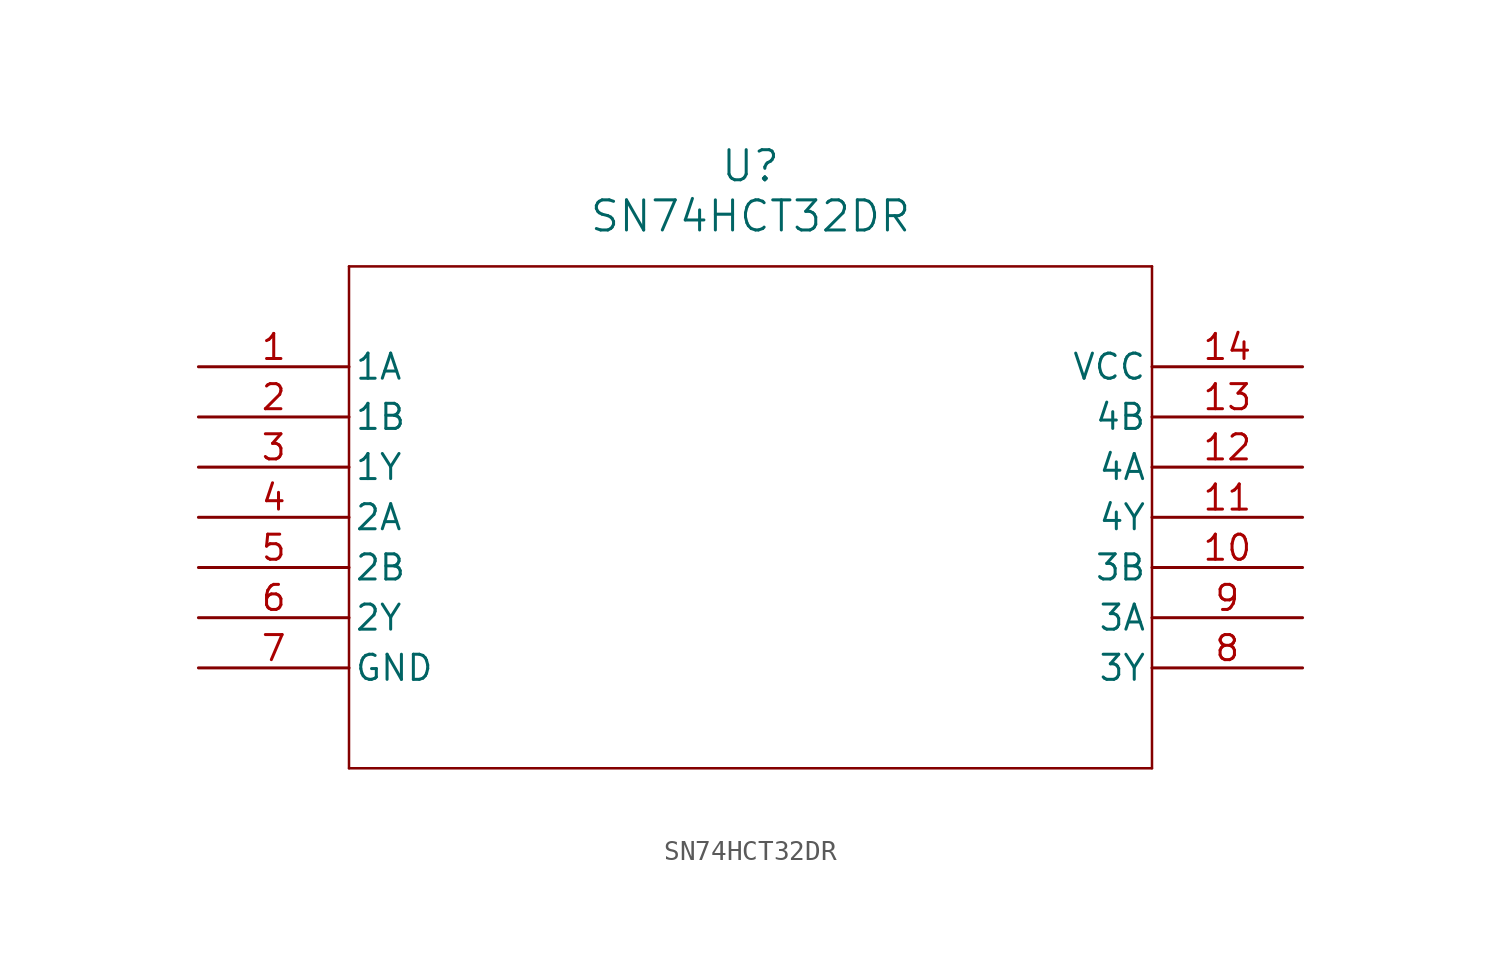
<source format=kicad_sym>
(kicad_symbol_lib
  (version 20211014)
  (generator kicad_symbol_editor)
  (symbol "SN74HCT32DR"
    (pin_names
      (offset 0.254))
    (property "Reference" "U"
      (at 27.94 10.16 0)
      (effects (font (size 1.524 1.524))))
    (property "Value" "SN74HCT32DR"
      (at 27.94 7.62 0)
      (effects (font (size 1.524 1.524))))
    (symbol "SN74HCT32DR_0_1"
      (polyline (pts (xy 7.62 5.08) (xy 7.62 -20.32)) (stroke (width 0.127) (type default) (color 0 0 0 0)) (fill (type none)))
      (polyline (pts (xy 7.62 -20.32) (xy 48.26 -20.32)) (stroke (width 0.127) (type default) (color 0 0 0 0)) (fill (type none)))
      (polyline (pts (xy 48.26 -20.32) (xy 48.26 5.08)) (stroke (width 0.127) (type default) (color 0 0 0 0)) (fill (type none)))
      (polyline (pts (xy 48.26 5.08) (xy 7.62 5.08)) (stroke (width 0.127) (type default) (color 0 0 0 0)) (fill (type none)))
      (pin input line (at 0 0 0) (length 7.62) (name "1A" (effects (font (size 1.27 1.27)))) (number "1" (effects (font (size 1.27 1.27)))))
      (pin input line (at 0 -2.54 0) (length 7.62) (name "1B" (effects (font (size 1.27 1.27)))) (number "2" (effects (font (size 1.27 1.27)))))
      (pin output line (at 0 -5.08 0) (length 7.62) (name "1Y" (effects (font (size 1.27 1.27)))) (number "3" (effects (font (size 1.27 1.27)))))
      (pin input line (at 0 -7.62 0) (length 7.62) (name "2A" (effects (font (size 1.27 1.27)))) (number "4" (effects (font (size 1.27 1.27)))))
      (pin input line (at 0 -10.16 0) (length 7.62) (name "2B" (effects (font (size 1.27 1.27)))) (number "5" (effects (font (size 1.27 1.27)))))
      (pin output line (at 0 -12.7 0) (length 7.62) (name "2Y" (effects (font (size 1.27 1.27)))) (number "6" (effects (font (size 1.27 1.27)))))
      (pin power_in line (at 0 -15.24 0) (length 7.62) (name "GND" (effects (font (size 1.27 1.27)))) (number "7" (effects (font (size 1.27 1.27)))))
      (pin output line (at 55.88 -15.24 180) (length 7.62) (name "3Y" (effects (font (size 1.27 1.27)))) (number "8" (effects (font (size 1.27 1.27)))))
      (pin input line (at 55.88 -12.7 180) (length 7.62) (name "3A" (effects (font (size 1.27 1.27)))) (number "9" (effects (font (size 1.27 1.27)))))
      (pin input line (at 55.88 -10.16 180) (length 7.62) (name "3B" (effects (font (size 1.27 1.27)))) (number "10" (effects (font (size 1.27 1.27)))))
      (pin output line (at 55.88 -7.62 180) (length 7.62) (name "4Y" (effects (font (size 1.27 1.27)))) (number "11" (effects (font (size 1.27 1.27)))))
      (pin input line (at 55.88 -5.08 180) (length 7.62) (name "4A" (effects (font (size 1.27 1.27)))) (number "12" (effects (font (size 1.27 1.27)))))
      (pin input line (at 55.88 -2.54 180) (length 7.62) (name "4B" (effects (font (size 1.27 1.27)))) (number "13" (effects (font (size 1.27 1.27)))))
      (pin power_in line (at 55.88 0 180) (length 7.62) (name "VCC" (effects (font (size 1.27 1.27)))) (number "14" (effects (font (size 1.27 1.27))))))))
</source>
